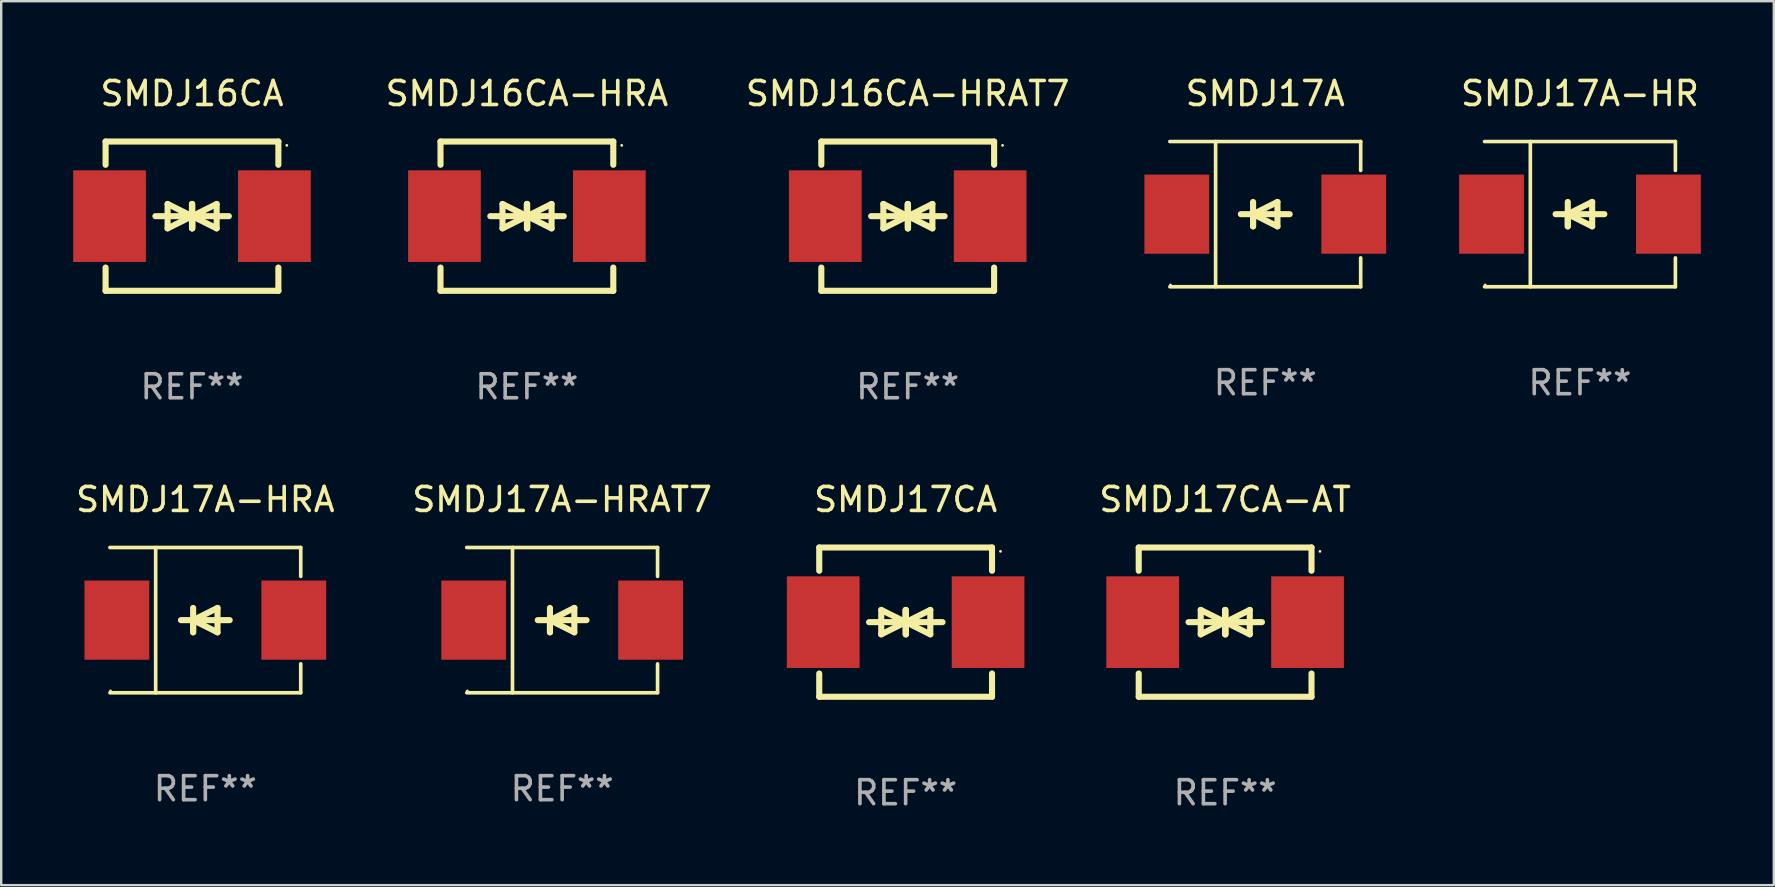
<source format=kicad_pcb>
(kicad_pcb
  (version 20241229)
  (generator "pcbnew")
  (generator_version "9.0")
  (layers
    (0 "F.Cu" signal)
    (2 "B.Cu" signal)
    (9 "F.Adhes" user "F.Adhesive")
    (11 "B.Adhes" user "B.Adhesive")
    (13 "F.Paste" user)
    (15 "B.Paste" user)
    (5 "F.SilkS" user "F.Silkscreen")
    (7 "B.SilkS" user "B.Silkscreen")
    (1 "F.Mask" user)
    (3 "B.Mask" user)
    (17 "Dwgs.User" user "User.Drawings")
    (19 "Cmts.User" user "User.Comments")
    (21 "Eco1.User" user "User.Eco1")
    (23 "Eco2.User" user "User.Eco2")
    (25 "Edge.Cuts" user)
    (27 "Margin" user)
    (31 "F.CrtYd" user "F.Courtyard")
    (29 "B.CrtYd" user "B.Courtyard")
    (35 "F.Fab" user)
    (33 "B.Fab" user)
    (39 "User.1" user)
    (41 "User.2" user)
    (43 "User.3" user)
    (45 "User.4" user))
  (footprint "SMDJ17CA"
    (layer "F.Cu")
    (at 34.688 22.875)
    (property "Reference" "SMDJ17CA" (at 0 -5.11 0) (layer "F.SilkS") (effects (font (size 1 1) (thickness 0.15))))
    (attr through_hole)
    (fp_line (start -3.6 -2.141) (end -3.6 -3.11) (stroke (width 0.254) (type solid)) (layer "F.SilkS"))
    (fp_line (start -3.6 3.11) (end -3.6 2.141) (stroke (width 0.254) (type solid)) (layer "F.SilkS"))
    (fp_line (start -1.524 0) (end 0.508 0) (stroke (width 0.254) (type solid)) (layer "F.SilkS"))
    (fp_line (start -1.016 -0.508) (end -1.016 0.508) (stroke (width 0.254) (type solid)) (layer "F.SilkS"))
    (fp_line (start -1.016 0.508) (end 0 0) (stroke (width 0.254) (type solid)) (layer "F.SilkS"))
    (fp_line (start 0 -0.508) (end 0 0.508) (stroke (width 0.254) (type solid)) (layer "F.SilkS"))
    (fp_line (start 0 0) (end -1.016 -0.508) (stroke (width 0.254) (type solid)) (layer "F.SilkS"))
    (fp_line (start 0 0) (end 0 -0.508) (stroke (width 0.254) (type solid)) (layer "F.SilkS"))
    (fp_line (start 0.012 0) (end 0.012 0.508) (stroke (width 0.254) (type solid)) (layer "F.SilkS"))
    (fp_line (start 0.012 0) (end 1.028 0.508) (stroke (width 0.254) (type solid)) (layer "F.SilkS"))
    (fp_line (start 0.012 0.508) (end 0.012 -0.508) (stroke (width 0.254) (type solid)) (layer "F.SilkS"))
    (fp_line (start 1.028 -0.508) (end 0.012 0) (stroke (width 0.254) (type solid)) (layer "F.SilkS"))
    (fp_line (start 1.028 0.508) (end 1.028 -0.508) (stroke (width 0.254) (type solid)) (layer "F.SilkS"))
    (fp_line (start 1.536 0) (end -0.496 0) (stroke (width 0.254) (type solid)) (layer "F.SilkS"))
    (fp_line (start 3.6 -3.11) (end -3.6 -3.11) (stroke (width 0.254) (type solid)) (layer "F.SilkS"))
    (fp_line (start 3.6 -2.141) (end 3.6 -3.11) (stroke (width 0.254) (type solid)) (layer "F.SilkS"))
    (fp_line (start 3.6 3.11) (end -3.6 3.11) (stroke (width 0.254) (type solid)) (layer "F.SilkS"))
    (fp_line (start 3.6 3.11) (end 3.6 2.141) (stroke (width 0.254) (type solid)) (layer "F.SilkS"))
    (fp_circle (center 3.952 -2.95) (end 3.982 -2.95) (stroke (width 0.06) (type solid)) (fill no) (layer "F.SilkS"))
    (fp_text user "REF**" (at 0 7.11 0) (layer "F.Fab") (effects (font (size 1 1) (thickness 0.15))))
    (pad "1" smd rect (at 3.435 0) (size 3.03 3.82) (layers "F.Cu" "F.Mask" "F.Paste"))
    (pad "2" smd rect (at -3.435 0) (size 3.03 3.82) (layers "F.Cu" "F.Mask" "F.Paste")))
  (footprint "SMDJ17A-HR"
    (layer "F.Cu")
    (at 62.788 5.874)
    (property "Reference" "SMDJ17A-HR" (at 0 -5.026 0) (layer "F.SilkS") (effects (font (size 1 1) (thickness 0.15))))
    (attr through_hole)
    (fp_line (start -3.976 -3.026) (end 3.976 -3.026) (stroke (width 0.152) (type solid)) (layer "F.SilkS"))
    (fp_line (start -3.976 3.026) (end 3.976 3.026) (stroke (width 0.152) (type solid)) (layer "F.SilkS"))
    (fp_line (start -2.069 -3.026) (end -2.069 3.026) (stroke (width 0.152) (type solid)) (layer "F.SilkS"))
    (fp_line (start -0.508 0) (end -0.508 0.508) (stroke (width 0.254) (type solid)) (layer "F.SilkS"))
    (fp_line (start -0.508 0) (end 0.508 0.508) (stroke (width 0.254) (type solid)) (layer "F.SilkS"))
    (fp_line (start -0.508 0.508) (end -0.508 -0.508) (stroke (width 0.254) (type solid)) (layer "F.SilkS"))
    (fp_line (start 0.508 -0.508) (end -0.508 0) (stroke (width 0.254) (type solid)) (layer "F.SilkS"))
    (fp_line (start 0.508 0.508) (end 0.508 -0.508) (stroke (width 0.254) (type solid)) (layer "F.SilkS"))
    (fp_line (start 1.016 0) (end -1.016 0) (stroke (width 0.254) (type solid)) (layer "F.SilkS"))
    (fp_line (start 3.976 -3.026) (end 3.976 -1.823) (stroke (width 0.152) (type solid)) (layer "F.SilkS"))
    (fp_line (start 3.976 3.026) (end 3.976 1.823) (stroke (width 0.152) (type solid)) (layer "F.SilkS"))
    (fp_circle (center -3.95 2.95) (end -3.92 2.95) (stroke (width 0.06) (type solid)) (fill no) (layer "F.SilkS"))
    (fp_text user "REF**" (at 0 7.026 0) (layer "F.Fab") (effects (font (size 1 1) (thickness 0.15))))
    (pad "1" smd rect (at -3.686 0) (size 2.7 3.3) (layers "F.Cu" "F.Mask" "F.Paste"))
    (pad "2" smd rect (at 3.686 0) (size 2.7 3.3) (layers "F.Cu" "F.Mask" "F.Paste")))
  (footprint "SMDJ16CA"
    (layer "F.Cu")
    (at 4.95 5.958)
    (property "Reference" "SMDJ16CA" (at 0 -5.11 0) (layer "F.SilkS") (effects (font (size 1 1) (thickness 0.15))))
    (attr through_hole)
    (fp_line (start -3.6 -2.141) (end -3.6 -3.11) (stroke (width 0.254) (type solid)) (layer "F.SilkS"))
    (fp_line (start -3.6 3.11) (end -3.6 2.141) (stroke (width 0.254) (type solid)) (layer "F.SilkS"))
    (fp_line (start -1.524 0) (end 0.508 0) (stroke (width 0.254) (type solid)) (layer "F.SilkS"))
    (fp_line (start -1.016 -0.508) (end -1.016 0.508) (stroke (width 0.254) (type solid)) (layer "F.SilkS"))
    (fp_line (start -1.016 0.508) (end 0 0) (stroke (width 0.254) (type solid)) (layer "F.SilkS"))
    (fp_line (start 0 -0.508) (end 0 0.508) (stroke (width 0.254) (type solid)) (layer "F.SilkS"))
    (fp_line (start 0 0) (end -1.016 -0.508) (stroke (width 0.254) (type solid)) (layer "F.SilkS"))
    (fp_line (start 0 0) (end 0 -0.508) (stroke (width 0.254) (type solid)) (layer "F.SilkS"))
    (fp_line (start 0.012 0) (end 0.012 0.508) (stroke (width 0.254) (type solid)) (layer "F.SilkS"))
    (fp_line (start 0.012 0) (end 1.028 0.508) (stroke (width 0.254) (type solid)) (layer "F.SilkS"))
    (fp_line (start 0.012 0.508) (end 0.012 -0.508) (stroke (width 0.254) (type solid)) (layer "F.SilkS"))
    (fp_line (start 1.028 -0.508) (end 0.012 0) (stroke (width 0.254) (type solid)) (layer "F.SilkS"))
    (fp_line (start 1.028 0.508) (end 1.028 -0.508) (stroke (width 0.254) (type solid)) (layer "F.SilkS"))
    (fp_line (start 1.536 0) (end -0.496 0) (stroke (width 0.254) (type solid)) (layer "F.SilkS"))
    (fp_line (start 3.6 -3.11) (end -3.6 -3.11) (stroke (width 0.254) (type solid)) (layer "F.SilkS"))
    (fp_line (start 3.6 -2.141) (end 3.6 -3.11) (stroke (width 0.254) (type solid)) (layer "F.SilkS"))
    (fp_line (start 3.6 3.11) (end -3.6 3.11) (stroke (width 0.254) (type solid)) (layer "F.SilkS"))
    (fp_line (start 3.6 3.11) (end 3.6 2.141) (stroke (width 0.254) (type solid)) (layer "F.SilkS"))
    (fp_circle (center 3.952 -2.95) (end 3.982 -2.95) (stroke (width 0.06) (type solid)) (fill no) (layer "F.SilkS"))
    (fp_text user "REF**" (at 0 7.11 0) (layer "F.Fab") (effects (font (size 1 1) (thickness 0.15))))
    (pad "1" smd rect (at 3.435 0) (size 3.03 3.82) (layers "F.Cu" "F.Mask" "F.Paste"))
    (pad "2" smd rect (at -3.435 0) (size 3.03 3.82) (layers "F.Cu" "F.Mask" "F.Paste")))
  (footprint "SMDJ16CA-HRAT7"
    (layer "F.Cu")
    (at 34.775 5.958)
    (property "Reference" "SMDJ16CA-HRAT7" (at 0 -5.11 0) (layer "F.SilkS") (effects (font (size 1 1) (thickness 0.15))))
    (attr through_hole)
    (fp_line (start -3.6 -2.141) (end -3.6 -3.11) (stroke (width 0.254) (type solid)) (layer "F.SilkS"))
    (fp_line (start -3.6 3.11) (end -3.6 2.141) (stroke (width 0.254) (type solid)) (layer "F.SilkS"))
    (fp_line (start -1.524 0) (end 0.508 0) (stroke (width 0.254) (type solid)) (layer "F.SilkS"))
    (fp_line (start -1.016 -0.508) (end -1.016 0.508) (stroke (width 0.254) (type solid)) (layer "F.SilkS"))
    (fp_line (start -1.016 0.508) (end 0 0) (stroke (width 0.254) (type solid)) (layer "F.SilkS"))
    (fp_line (start 0 -0.508) (end 0 0.508) (stroke (width 0.254) (type solid)) (layer "F.SilkS"))
    (fp_line (start 0 0) (end -1.016 -0.508) (stroke (width 0.254) (type solid)) (layer "F.SilkS"))
    (fp_line (start 0 0) (end 0 -0.508) (stroke (width 0.254) (type solid)) (layer "F.SilkS"))
    (fp_line (start 0.012 0) (end 0.012 0.508) (stroke (width 0.254) (type solid)) (layer "F.SilkS"))
    (fp_line (start 0.012 0) (end 1.028 0.508) (stroke (width 0.254) (type solid)) (layer "F.SilkS"))
    (fp_line (start 0.012 0.508) (end 0.012 -0.508) (stroke (width 0.254) (type solid)) (layer "F.SilkS"))
    (fp_line (start 1.028 -0.508) (end 0.012 0) (stroke (width 0.254) (type solid)) (layer "F.SilkS"))
    (fp_line (start 1.028 0.508) (end 1.028 -0.508) (stroke (width 0.254) (type solid)) (layer "F.SilkS"))
    (fp_line (start 1.536 0) (end -0.496 0) (stroke (width 0.254) (type solid)) (layer "F.SilkS"))
    (fp_line (start 3.6 -3.11) (end -3.6 -3.11) (stroke (width 0.254) (type solid)) (layer "F.SilkS"))
    (fp_line (start 3.6 -2.141) (end 3.6 -3.11) (stroke (width 0.254) (type solid)) (layer "F.SilkS"))
    (fp_line (start 3.6 3.11) (end -3.6 3.11) (stroke (width 0.254) (type solid)) (layer "F.SilkS"))
    (fp_line (start 3.6 3.11) (end 3.6 2.141) (stroke (width 0.254) (type solid)) (layer "F.SilkS"))
    (fp_circle (center 3.952 -2.95) (end 3.982 -2.95) (stroke (width 0.06) (type solid)) (fill no) (layer "F.SilkS"))
    (fp_text user "REF**" (at 0 7.11 0) (layer "F.Fab") (effects (font (size 1 1) (thickness 0.15))))
    (pad "1" smd rect (at 3.435 0) (size 3.03 3.82) (layers "F.Cu" "F.Mask" "F.Paste"))
    (pad "2" smd rect (at -3.435 0) (size 3.03 3.82) (layers "F.Cu" "F.Mask" "F.Paste")))
  (footprint "SMDJ17A"
    (layer "F.Cu")
    (at 49.674 5.874)
    (property "Reference" "SMDJ17A" (at 0 -5.026 0) (layer "F.SilkS") (effects (font (size 1 1) (thickness 0.15))))
    (attr through_hole)
    (fp_line (start -3.976 -3.026) (end 3.976 -3.026) (stroke (width 0.152) (type solid)) (layer "F.SilkS"))
    (fp_line (start -3.976 3.026) (end 3.976 3.026) (stroke (width 0.152) (type solid)) (layer "F.SilkS"))
    (fp_line (start -2.069 -3.026) (end -2.069 3.026) (stroke (width 0.152) (type solid)) (layer "F.SilkS"))
    (fp_line (start -0.508 0) (end -0.508 0.508) (stroke (width 0.254) (type solid)) (layer "F.SilkS"))
    (fp_line (start -0.508 0) (end 0.508 0.508) (stroke (width 0.254) (type solid)) (layer "F.SilkS"))
    (fp_line (start -0.508 0.508) (end -0.508 -0.508) (stroke (width 0.254) (type solid)) (layer "F.SilkS"))
    (fp_line (start 0.508 -0.508) (end -0.508 0) (stroke (width 0.254) (type solid)) (layer "F.SilkS"))
    (fp_line (start 0.508 0.508) (end 0.508 -0.508) (stroke (width 0.254) (type solid)) (layer "F.SilkS"))
    (fp_line (start 1.016 0) (end -1.016 0) (stroke (width 0.254) (type solid)) (layer "F.SilkS"))
    (fp_line (start 3.976 -3.026) (end 3.976 -1.823) (stroke (width 0.152) (type solid)) (layer "F.SilkS"))
    (fp_line (start 3.976 3.026) (end 3.976 1.823) (stroke (width 0.152) (type solid)) (layer "F.SilkS"))
    (fp_circle (center -3.95 2.95) (end -3.92 2.95) (stroke (width 0.06) (type solid)) (fill no) (layer "F.SilkS"))
    (fp_text user "REF**" (at 0 7.026 0) (layer "F.Fab") (effects (font (size 1 1) (thickness 0.15))))
    (pad "1" smd rect (at -3.686 0) (size 2.7 3.3) (layers "F.Cu" "F.Mask" "F.Paste"))
    (pad "2" smd rect (at 3.686 0) (size 2.7 3.3) (layers "F.Cu" "F.Mask" "F.Paste")))
  (footprint "SMDJ17A-HRAT7"
    (layer "F.Cu")
    (at 20.375 22.791)
    (property "Reference" "SMDJ17A-HRAT7" (at 0 -5.026 0) (layer "F.SilkS") (effects (font (size 1 1) (thickness 0.15))))
    (attr through_hole)
    (fp_line (start -3.976 -3.026) (end 3.976 -3.026) (stroke (width 0.152) (type solid)) (layer "F.SilkS"))
    (fp_line (start -3.976 3.026) (end 3.976 3.026) (stroke (width 0.152) (type solid)) (layer "F.SilkS"))
    (fp_line (start -2.069 -3.026) (end -2.069 3.026) (stroke (width 0.152) (type solid)) (layer "F.SilkS"))
    (fp_line (start -0.508 0) (end -0.508 0.508) (stroke (width 0.254) (type solid)) (layer "F.SilkS"))
    (fp_line (start -0.508 0) (end 0.508 0.508) (stroke (width 0.254) (type solid)) (layer "F.SilkS"))
    (fp_line (start -0.508 0.508) (end -0.508 -0.508) (stroke (width 0.254) (type solid)) (layer "F.SilkS"))
    (fp_line (start 0.508 -0.508) (end -0.508 0) (stroke (width 0.254) (type solid)) (layer "F.SilkS"))
    (fp_line (start 0.508 0.508) (end 0.508 -0.508) (stroke (width 0.254) (type solid)) (layer "F.SilkS"))
    (fp_line (start 1.016 0) (end -1.016 0) (stroke (width 0.254) (type solid)) (layer "F.SilkS"))
    (fp_line (start 3.976 -3.026) (end 3.976 -1.823) (stroke (width 0.152) (type solid)) (layer "F.SilkS"))
    (fp_line (start 3.976 3.026) (end 3.976 1.823) (stroke (width 0.152) (type solid)) (layer "F.SilkS"))
    (fp_circle (center -3.95 2.95) (end -3.92 2.95) (stroke (width 0.06) (type solid)) (fill no) (layer "F.SilkS"))
    (fp_text user "REF**" (at 0 7.026 0) (layer "F.Fab") (effects (font (size 1 1) (thickness 0.15))))
    (pad "1" smd rect (at -3.686 0) (size 2.7 3.3) (layers "F.Cu" "F.Mask" "F.Paste"))
    (pad "2" smd rect (at 3.686 0) (size 2.7 3.3) (layers "F.Cu" "F.Mask" "F.Paste")))
  (footprint "SMDJ17A-HRA"
    (layer "F.Cu")
    (at 5.506 22.791)
    (property "Reference" "SMDJ17A-HRA" (at 0 -5.026 0) (layer "F.SilkS") (effects (font (size 1 1) (thickness 0.15))))
    (attr through_hole)
    (fp_line (start -3.976 -3.026) (end 3.976 -3.026) (stroke (width 0.152) (type solid)) (layer "F.SilkS"))
    (fp_line (start -3.976 3.026) (end 3.976 3.026) (stroke (width 0.152) (type solid)) (layer "F.SilkS"))
    (fp_line (start -2.069 -3.026) (end -2.069 3.026) (stroke (width 0.152) (type solid)) (layer "F.SilkS"))
    (fp_line (start -0.508 0) (end -0.508 0.508) (stroke (width 0.254) (type solid)) (layer "F.SilkS"))
    (fp_line (start -0.508 0) (end 0.508 0.508) (stroke (width 0.254) (type solid)) (layer "F.SilkS"))
    (fp_line (start -0.508 0.508) (end -0.508 -0.508) (stroke (width 0.254) (type solid)) (layer "F.SilkS"))
    (fp_line (start 0.508 -0.508) (end -0.508 0) (stroke (width 0.254) (type solid)) (layer "F.SilkS"))
    (fp_line (start 0.508 0.508) (end 0.508 -0.508) (stroke (width 0.254) (type solid)) (layer "F.SilkS"))
    (fp_line (start 1.016 0) (end -1.016 0) (stroke (width 0.254) (type solid)) (layer "F.SilkS"))
    (fp_line (start 3.976 -3.026) (end 3.976 -1.823) (stroke (width 0.152) (type solid)) (layer "F.SilkS"))
    (fp_line (start 3.976 3.026) (end 3.976 1.823) (stroke (width 0.152) (type solid)) (layer "F.SilkS"))
    (fp_circle (center -3.95 2.95) (end -3.92 2.95) (stroke (width 0.06) (type solid)) (fill no) (layer "F.SilkS"))
    (fp_text user "REF**" (at 0 7.026 0) (layer "F.Fab") (effects (font (size 1 1) (thickness 0.15))))
    (pad "1" smd rect (at -3.686 0) (size 2.7 3.3) (layers "F.Cu" "F.Mask" "F.Paste"))
    (pad "2" smd rect (at 3.686 0) (size 2.7 3.3) (layers "F.Cu" "F.Mask" "F.Paste")))
  (footprint "SMDJ16CA-HRA"
    (layer "F.Cu")
    (at 18.906 5.958)
    (property "Reference" "SMDJ16CA-HRA" (at 0 -5.11 0) (layer "F.SilkS") (effects (font (size 1 1) (thickness 0.15))))
    (attr through_hole)
    (fp_line (start -3.6 -2.141) (end -3.6 -3.11) (stroke (width 0.254) (type solid)) (layer "F.SilkS"))
    (fp_line (start -3.6 3.11) (end -3.6 2.141) (stroke (width 0.254) (type solid)) (layer "F.SilkS"))
    (fp_line (start -1.524 0) (end 0.508 0) (stroke (width 0.254) (type solid)) (layer "F.SilkS"))
    (fp_line (start -1.016 -0.508) (end -1.016 0.508) (stroke (width 0.254) (type solid)) (layer "F.SilkS"))
    (fp_line (start -1.016 0.508) (end 0 0) (stroke (width 0.254) (type solid)) (layer "F.SilkS"))
    (fp_line (start 0 -0.508) (end 0 0.508) (stroke (width 0.254) (type solid)) (layer "F.SilkS"))
    (fp_line (start 0 0) (end -1.016 -0.508) (stroke (width 0.254) (type solid)) (layer "F.SilkS"))
    (fp_line (start 0 0) (end 0 -0.508) (stroke (width 0.254) (type solid)) (layer "F.SilkS"))
    (fp_line (start 0.012 0) (end 0.012 0.508) (stroke (width 0.254) (type solid)) (layer "F.SilkS"))
    (fp_line (start 0.012 0) (end 1.028 0.508) (stroke (width 0.254) (type solid)) (layer "F.SilkS"))
    (fp_line (start 0.012 0.508) (end 0.012 -0.508) (stroke (width 0.254) (type solid)) (layer "F.SilkS"))
    (fp_line (start 1.028 -0.508) (end 0.012 0) (stroke (width 0.254) (type solid)) (layer "F.SilkS"))
    (fp_line (start 1.028 0.508) (end 1.028 -0.508) (stroke (width 0.254) (type solid)) (layer "F.SilkS"))
    (fp_line (start 1.536 0) (end -0.496 0) (stroke (width 0.254) (type solid)) (layer "F.SilkS"))
    (fp_line (start 3.6 -3.11) (end -3.6 -3.11) (stroke (width 0.254) (type solid)) (layer "F.SilkS"))
    (fp_line (start 3.6 -2.141) (end 3.6 -3.11) (stroke (width 0.254) (type solid)) (layer "F.SilkS"))
    (fp_line (start 3.6 3.11) (end -3.6 3.11) (stroke (width 0.254) (type solid)) (layer "F.SilkS"))
    (fp_line (start 3.6 3.11) (end 3.6 2.141) (stroke (width 0.254) (type solid)) (layer "F.SilkS"))
    (fp_circle (center 3.952 -2.95) (end 3.982 -2.95) (stroke (width 0.06) (type solid)) (fill no) (layer "F.SilkS"))
    (fp_text user "REF**" (at 0 7.11 0) (layer "F.Fab") (effects (font (size 1 1) (thickness 0.15))))
    (pad "1" smd rect (at 3.435 0) (size 3.03 3.82) (layers "F.Cu" "F.Mask" "F.Paste"))
    (pad "2" smd rect (at -3.435 0) (size 3.03 3.82) (layers "F.Cu" "F.Mask" "F.Paste")))
  (footprint "SMDJ17CA-AT"
    (layer "F.Cu")
    (at 48.001 22.875)
    (property "Reference" "SMDJ17CA-AT" (at 0 -5.11 0) (layer "F.SilkS") (effects (font (size 1 1) (thickness 0.15))))
    (attr through_hole)
    (fp_line (start -3.6 -2.141) (end -3.6 -3.11) (stroke (width 0.254) (type solid)) (layer "F.SilkS"))
    (fp_line (start -3.6 3.11) (end -3.6 2.141) (stroke (width 0.254) (type solid)) (layer "F.SilkS"))
    (fp_line (start -1.524 0) (end 0.508 0) (stroke (width 0.254) (type solid)) (layer "F.SilkS"))
    (fp_line (start -1.016 -0.508) (end -1.016 0.508) (stroke (width 0.254) (type solid)) (layer "F.SilkS"))
    (fp_line (start -1.016 0.508) (end 0 0) (stroke (width 0.254) (type solid)) (layer "F.SilkS"))
    (fp_line (start 0 -0.508) (end 0 0.508) (stroke (width 0.254) (type solid)) (layer "F.SilkS"))
    (fp_line (start 0 0) (end -1.016 -0.508) (stroke (width 0.254) (type solid)) (layer "F.SilkS"))
    (fp_line (start 0 0) (end 0 -0.508) (stroke (width 0.254) (type solid)) (layer "F.SilkS"))
    (fp_line (start 0.012 0) (end 0.012 0.508) (stroke (width 0.254) (type solid)) (layer "F.SilkS"))
    (fp_line (start 0.012 0) (end 1.028 0.508) (stroke (width 0.254) (type solid)) (layer "F.SilkS"))
    (fp_line (start 0.012 0.508) (end 0.012 -0.508) (stroke (width 0.254) (type solid)) (layer "F.SilkS"))
    (fp_line (start 1.028 -0.508) (end 0.012 0) (stroke (width 0.254) (type solid)) (layer "F.SilkS"))
    (fp_line (start 1.028 0.508) (end 1.028 -0.508) (stroke (width 0.254) (type solid)) (layer "F.SilkS"))
    (fp_line (start 1.536 0) (end -0.496 0) (stroke (width 0.254) (type solid)) (layer "F.SilkS"))
    (fp_line (start 3.6 -3.11) (end -3.6 -3.11) (stroke (width 0.254) (type solid)) (layer "F.SilkS"))
    (fp_line (start 3.6 -2.141) (end 3.6 -3.11) (stroke (width 0.254) (type solid)) (layer "F.SilkS"))
    (fp_line (start 3.6 3.11) (end -3.6 3.11) (stroke (width 0.254) (type solid)) (layer "F.SilkS"))
    (fp_line (start 3.6 3.11) (end 3.6 2.141) (stroke (width 0.254) (type solid)) (layer "F.SilkS"))
    (fp_circle (center 3.952 -2.95) (end 3.982 -2.95) (stroke (width 0.06) (type solid)) (fill no) (layer "F.SilkS"))
    (fp_text user "REF**" (at 0 7.11 0) (layer "F.Fab") (effects (font (size 1 1) (thickness 0.15))))
    (pad "1" smd rect (at 3.435 0) (size 3.03 3.82) (layers "F.Cu" "F.Mask" "F.Paste"))
    (pad "2" smd rect (at -3.435 0) (size 3.03 3.82) (layers "F.Cu" "F.Mask" "F.Paste")))
  (gr_rect
    (start -3 -3)
    (end 70.865 33.833)
    (stroke (width 0.1) (type default))
    (fill no)
    (layer "Edge.Cuts")))
</source>
